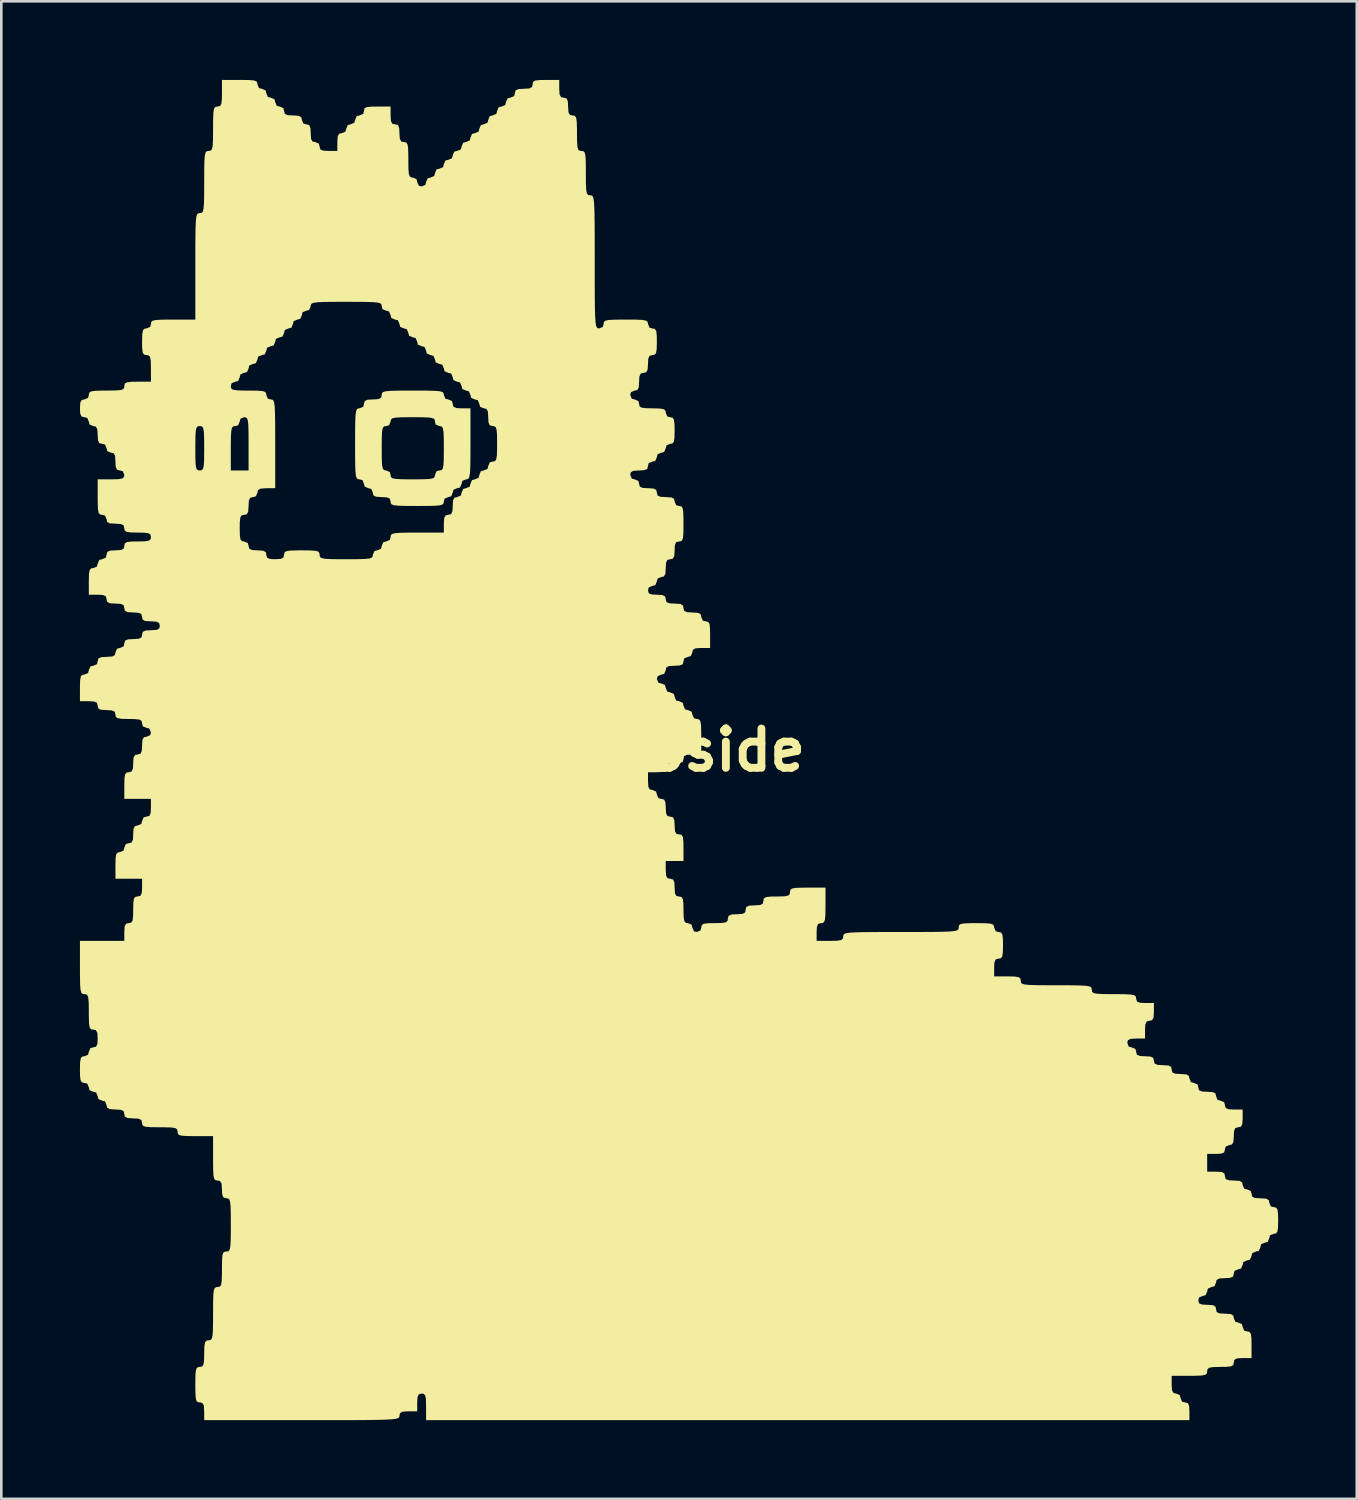
<source format=kicad_pcb>
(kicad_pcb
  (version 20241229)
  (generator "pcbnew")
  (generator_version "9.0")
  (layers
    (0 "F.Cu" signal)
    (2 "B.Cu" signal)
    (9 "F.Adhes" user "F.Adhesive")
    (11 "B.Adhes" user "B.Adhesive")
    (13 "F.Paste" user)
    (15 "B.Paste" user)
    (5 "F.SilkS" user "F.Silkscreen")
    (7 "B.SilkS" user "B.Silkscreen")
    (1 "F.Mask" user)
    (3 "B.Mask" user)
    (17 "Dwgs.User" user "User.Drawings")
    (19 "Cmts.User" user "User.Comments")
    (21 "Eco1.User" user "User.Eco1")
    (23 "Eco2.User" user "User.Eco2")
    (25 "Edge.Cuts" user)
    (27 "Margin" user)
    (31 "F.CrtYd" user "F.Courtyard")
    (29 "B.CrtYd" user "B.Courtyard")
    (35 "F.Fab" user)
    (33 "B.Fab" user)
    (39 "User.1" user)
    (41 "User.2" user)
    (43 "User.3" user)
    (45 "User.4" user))
  (footprint "puroside"
    (layer "F.Cu")
    (at 22.86 25.569)
    (property "Reference" "puroside" (at 0 0 0) (layer "F.SilkS") (effects (font (size 1.5 1.5) (thickness 0.3))))
    (attr board_only exclude_from_pos_files exclude_from_bom)
    (fp_poly (pts (xy -9.691 -13.715) (xy -9.365 -13.708) (xy -9.157 -13.694) (xy -9.04 -13.666) (xy -8.988 -13.623) (xy -8.975 -13.559) (xy -8.975 -13.547) (xy -8.915 -13.405) (xy -8.805 -13.377) (xy -8.664 -13.317) (xy -8.636 -13.208) (xy -8.608 -13.097) (xy -8.493 -13.048) (xy -8.297 -13.039) (xy -7.959 -13.039) (xy -7.959 -11.684) (xy -7.96 -11.177) (xy -7.965 -10.816) (xy -7.977 -10.575) (xy -7.999 -10.43) (xy -8.034 -10.357) (xy -8.086 -10.332) (xy -8.128 -10.329) (xy -8.27 -10.269) (xy -8.297 -10.16) (xy -8.357 -10.018) (xy -8.467 -9.991) (xy -8.608 -9.931) (xy -8.636 -9.821) (xy -8.696 -9.68) (xy -8.805 -9.652) (xy -8.947 -9.592) (xy -8.975 -9.483) (xy -8.985 -9.411) (xy -9.033 -9.363) (xy -9.149 -9.334) (xy -9.359 -9.319) (xy -9.692 -9.314) (xy -9.991 -9.313) (xy -10.42 -9.315) (xy -10.707 -9.323) (xy -10.882 -9.342) (xy -10.971 -9.377) (xy -11.003 -9.433) (xy -11.007 -9.483) (xy -11.035 -9.593) (xy -11.15 -9.642) (xy -11.345 -9.652) (xy -11.567 -9.666) (xy -11.665 -9.724) (xy -11.684 -9.821) (xy -11.744 -9.963) (xy -11.853 -9.991) (xy -11.995 -10.051) (xy -12.023 -10.16) (xy -12.083 -10.302) (xy -12.192 -10.329) (xy -12.255 -10.337) (xy -12.301 -10.377) (xy -12.331 -10.474) (xy -12.349 -10.651) (xy -12.358 -10.933) (xy -12.361 -11.345) (xy -12.361 -11.515) (xy -11.345 -11.515) (xy -11.343 -11.129) (xy -11.332 -10.883) (xy -11.306 -10.744) (xy -11.259 -10.683) (xy -11.185 -10.668) (xy -11.176 -10.668) (xy -11.034 -10.608) (xy -11.007 -10.499) (xy -10.995 -10.422) (xy -10.94 -10.372) (xy -10.81 -10.345) (xy -10.576 -10.332) (xy -10.205 -10.329) (xy -10.16 -10.329) (xy -9.775 -10.332) (xy -9.528 -10.343) (xy -9.389 -10.369) (xy -9.328 -10.416) (xy -9.313 -10.49) (xy -9.313 -10.499) (xy -9.253 -10.64) (xy -9.144 -10.668) (xy -9.067 -10.68) (xy -9.018 -10.735) (xy -8.99 -10.865) (xy -8.978 -11.099) (xy -8.975 -11.469) (xy -8.975 -11.515) (xy -8.977 -11.9) (xy -8.988 -12.147) (xy -9.014 -12.285) (xy -9.061 -12.347) (xy -9.135 -12.361) (xy -9.144 -12.361) (xy -9.286 -12.421) (xy -9.313 -12.531) (xy -9.325 -12.608) (xy -9.38 -12.657) (xy -9.51 -12.685) (xy -9.744 -12.697) (xy -10.115 -12.7) (xy -10.16 -12.7) (xy -10.545 -12.698) (xy -10.792 -12.687) (xy -10.931 -12.661) (xy -10.992 -12.614) (xy -11.007 -12.54) (xy -11.007 -12.531) (xy -11.067 -12.389) (xy -11.176 -12.361) (xy -11.253 -12.35) (xy -11.302 -12.294) (xy -11.33 -12.165) (xy -11.342 -11.93) (xy -11.345 -11.56) (xy -11.345 -11.515) (xy -12.361 -11.515) (xy -12.361 -11.684) (xy -12.36 -12.191) (xy -12.355 -12.552) (xy -12.343 -12.793) (xy -12.321 -12.938) (xy -12.286 -13.011) (xy -12.234 -13.036) (xy -12.192 -13.039) (xy -12.05 -13.099) (xy -12.023 -13.208) (xy -11.994 -13.319) (xy -11.879 -13.368) (xy -11.684 -13.377) (xy -11.462 -13.392) (xy -11.365 -13.449) (xy -11.345 -13.547) (xy -11.337 -13.614) (xy -11.293 -13.66) (xy -11.188 -13.69) (xy -10.996 -13.707) (xy -10.692 -13.714) (xy -10.248 -13.716) (xy -10.16 -13.716)) (stroke (width 0) (type solid)) (fill yes) (layer "F.SilkS"))
    (fp_poly (pts (xy -16.427 -25.566) (xy -16.224 -25.55) (xy -16.123 -25.512) (xy -16.089 -25.445) (xy -16.087 -25.4) (xy -16.027 -25.258) (xy -15.917 -25.231) (xy -15.776 -25.171) (xy -15.748 -25.061) (xy -15.688 -24.92) (xy -15.579 -24.892) (xy -15.437 -24.832) (xy -15.409 -24.723) (xy -15.349 -24.581) (xy -15.24 -24.553) (xy -15.098 -24.493) (xy -15.071 -24.384) (xy -15.042 -24.273) (xy -14.927 -24.224) (xy -14.732 -24.215) (xy -14.51 -24.2) (xy -14.413 -24.143) (xy -14.393 -24.045) (xy -14.333 -23.904) (xy -14.224 -23.876) (xy -14.113 -23.848) (xy -14.064 -23.733) (xy -14.055 -23.537) (xy -14.04 -23.316) (xy -13.983 -23.218) (xy -13.885 -23.199) (xy -13.744 -23.139) (xy -13.716 -23.029) (xy -13.688 -22.919) (xy -13.573 -22.87) (xy -13.377 -22.86) (xy -13.039 -22.86) (xy -13.039 -23.199) (xy -13.024 -23.42) (xy -12.967 -23.518) (xy -12.869 -23.537) (xy -12.728 -23.597) (xy -12.7 -23.707) (xy -12.64 -23.848) (xy -12.531 -23.876) (xy -12.389 -23.936) (xy -12.361 -24.045) (xy -12.301 -24.187) (xy -12.192 -24.215) (xy -12.05 -24.275) (xy -12.023 -24.384) (xy -12.004 -24.479) (xy -11.923 -24.53) (xy -11.74 -24.55) (xy -11.515 -24.553) (xy -11.007 -24.553) (xy -11.007 -24.215) (xy -10.992 -23.993) (xy -10.935 -23.895) (xy -10.837 -23.876) (xy -10.727 -23.848) (xy -10.678 -23.733) (xy -10.668 -23.537) (xy -10.654 -23.316) (xy -10.596 -23.218) (xy -10.499 -23.199) (xy -10.414 -23.185) (xy -10.364 -23.119) (xy -10.338 -22.969) (xy -10.33 -22.7) (xy -10.329 -22.521) (xy -10.326 -22.184) (xy -10.31 -21.982) (xy -10.272 -21.88) (xy -10.205 -21.846) (xy -10.16 -21.844) (xy -10.018 -21.784) (xy -9.991 -21.675) (xy -9.931 -21.533) (xy -9.821 -21.505) (xy -9.68 -21.565) (xy -9.652 -21.675) (xy -9.592 -21.816) (xy -9.483 -21.844) (xy -9.341 -21.904) (xy -9.313 -22.013) (xy -9.253 -22.155) (xy -9.144 -22.183) (xy -9.002 -22.243) (xy -8.975 -22.352) (xy -8.915 -22.494) (xy -8.805 -22.521) (xy -8.664 -22.581) (xy -8.636 -22.691) (xy -8.576 -22.832) (xy -8.467 -22.86) (xy -8.325 -22.92) (xy -8.297 -23.029) (xy -8.237 -23.171) (xy -8.128 -23.199) (xy -7.986 -23.259) (xy -7.959 -23.368) (xy -7.899 -23.51) (xy -7.789 -23.537) (xy -7.648 -23.597) (xy -7.62 -23.707) (xy -7.56 -23.848) (xy -7.451 -23.876) (xy -7.309 -23.936) (xy -7.281 -24.045) (xy -7.221 -24.187) (xy -7.112 -24.215) (xy -6.97 -24.275) (xy -6.943 -24.384) (xy -6.883 -24.526) (xy -6.773 -24.553) (xy -6.632 -24.613) (xy -6.604 -24.723) (xy -6.544 -24.864) (xy -6.435 -24.892) (xy -6.293 -24.952) (xy -6.265 -25.061) (xy -6.237 -25.172) (xy -6.122 -25.221) (xy -5.927 -25.231) (xy -5.705 -25.245) (xy -5.607 -25.302) (xy -5.588 -25.4) (xy -5.569 -25.495) (xy -5.488 -25.546) (xy -5.305 -25.566) (xy -5.08 -25.569) (xy -4.572 -25.569) (xy -4.572 -25.231) (xy -4.558 -25.009) (xy -4.5 -24.911) (xy -4.403 -24.892) (xy -4.292 -24.864) (xy -4.243 -24.749) (xy -4.233 -24.553) (xy -4.219 -24.332) (xy -4.162 -24.234) (xy -4.064 -24.215) (xy -3.98 -24.201) (xy -3.929 -24.135) (xy -3.904 -23.985) (xy -3.895 -23.716) (xy -3.895 -23.537) (xy -3.891 -23.2) (xy -3.875 -22.998) (xy -3.837 -22.896) (xy -3.77 -22.862) (xy -3.725 -22.86) (xy -3.648 -22.848) (xy -3.599 -22.793) (xy -3.571 -22.663) (xy -3.559 -22.429) (xy -3.556 -22.059) (xy -3.556 -22.013) (xy -3.554 -21.628) (xy -3.543 -21.381) (xy -3.517 -21.243) (xy -3.47 -21.181) (xy -3.396 -21.167) (xy -3.387 -21.167) (xy -3.339 -21.162) (xy -3.301 -21.135) (xy -3.271 -21.069) (xy -3.25 -20.945) (xy -3.235 -20.746) (xy -3.226 -20.454) (xy -3.22 -20.051) (xy -3.218 -19.519) (xy -3.217 -18.84) (xy -3.217 -18.627) (xy -3.217 -17.905) (xy -3.215 -17.335) (xy -3.211 -16.898) (xy -3.203 -16.577) (xy -3.189 -16.355) (xy -3.17 -16.212) (xy -3.143 -16.132) (xy -3.107 -16.096) (xy -3.062 -16.087) (xy -3.048 -16.087) (xy -2.906 -16.147) (xy -2.879 -16.256) (xy -2.867 -16.333) (xy -2.812 -16.382) (xy -2.682 -16.41) (xy -2.448 -16.422) (xy -2.077 -16.425) (xy -2.032 -16.425) (xy -1.647 -16.423) (xy -1.4 -16.412) (xy -1.261 -16.386) (xy -1.2 -16.339) (xy -1.185 -16.265) (xy -1.185 -16.256) (xy -1.125 -16.114) (xy -1.016 -16.087) (xy -0.921 -16.068) (xy -0.87 -15.987) (xy -0.85 -15.804) (xy -0.847 -15.579) (xy -0.853 -15.295) (xy -0.88 -15.142) (xy -0.941 -15.08) (xy -1.016 -15.071) (xy -1.127 -15.042) (xy -1.176 -14.927) (xy -1.185 -14.732) (xy -1.2 -14.51) (xy -1.257 -14.413) (xy -1.355 -14.393) (xy -1.465 -14.365) (xy -1.514 -14.25) (xy -1.524 -14.055) (xy -1.538 -13.833) (xy -1.596 -13.735) (xy -1.693 -13.716) (xy -1.835 -13.656) (xy -1.863 -13.547) (xy -1.803 -13.405) (xy -1.693 -13.377) (xy -1.552 -13.317) (xy -1.524 -13.208) (xy -1.505 -13.113) (xy -1.424 -13.062) (xy -1.241 -13.042) (xy -1.016 -13.039) (xy -0.732 -13.032) (xy -0.579 -13.005) (xy -0.517 -12.944) (xy -0.508 -12.869) (xy -0.448 -12.728) (xy -0.339 -12.7) (xy -0.244 -12.681) (xy -0.193 -12.6) (xy -0.172 -12.417) (xy -0.169 -12.192) (xy -0.176 -11.908) (xy -0.203 -11.755) (xy -0.264 -11.693) (xy -0.339 -11.684) (xy -0.48 -11.624) (xy -0.508 -11.515) (xy -0.568 -11.373) (xy -0.677 -11.345) (xy -0.819 -11.285) (xy -0.847 -11.176) (xy -0.907 -11.034) (xy -1.016 -11.007) (xy -1.158 -10.947) (xy -1.185 -10.837) (xy -1.214 -10.727) (xy -1.329 -10.678) (xy -1.524 -10.668) (xy -1.746 -10.654) (xy -1.843 -10.596) (xy -1.863 -10.499) (xy -1.803 -10.357) (xy -1.693 -10.329) (xy -1.552 -10.269) (xy -1.524 -10.16) (xy -1.496 -10.049) (xy -1.381 -10) (xy -1.185 -9.991) (xy -0.964 -9.976) (xy -0.866 -9.919) (xy -0.847 -9.821) (xy -0.818 -9.711) (xy -0.703 -9.662) (xy -0.508 -9.652) (xy -0.286 -9.638) (xy -0.189 -9.58) (xy -0.169 -9.483) (xy -0.109 -9.341) (xy 0 -9.313) (xy 0.084 -9.299) (xy 0.135 -9.234) (xy 0.16 -9.084) (xy 0.169 -8.815) (xy 0.169 -8.636) (xy 0.166 -8.299) (xy 0.15 -8.096) (xy 0.112 -7.995) (xy 0.045 -7.961) (xy 0 -7.959) (xy -0.111 -7.93) (xy -0.16 -7.815) (xy -0.169 -7.62) (xy -0.184 -7.398) (xy -0.241 -7.301) (xy -0.339 -7.281) (xy -0.449 -7.253) (xy -0.498 -7.138) (xy -0.508 -6.943) (xy -0.522 -6.721) (xy -0.58 -6.623) (xy -0.677 -6.604) (xy -0.819 -6.544) (xy -0.847 -6.435) (xy -0.907 -6.293) (xy -1.016 -6.265) (xy -1.158 -6.205) (xy -1.185 -6.096) (xy -1.157 -5.985) (xy -1.042 -5.936) (xy -0.847 -5.927) (xy -0.625 -5.912) (xy -0.527 -5.855) (xy -0.508 -5.757) (xy -0.48 -5.647) (xy -0.365 -5.598) (xy -0.169 -5.588) (xy 0.052 -5.574) (xy 0.15 -5.516) (xy 0.169 -5.419) (xy 0.198 -5.308) (xy 0.313 -5.259) (xy 0.508 -5.249) (xy 0.73 -5.235) (xy 0.827 -5.178) (xy 0.847 -5.08) (xy 0.907 -4.938) (xy 1.016 -4.911) (xy 1.111 -4.892) (xy 1.162 -4.811) (xy 1.182 -4.628) (xy 1.185 -4.403) (xy 1.185 -3.895) (xy 0.847 -3.895) (xy 0.625 -3.88) (xy 0.527 -3.823) (xy 0.508 -3.725) (xy 0.448 -3.584) (xy 0.339 -3.556) (xy 0.197 -3.496) (xy 0.169 -3.387) (xy 0.141 -3.276) (xy 0.026 -3.227) (xy -0.169 -3.217) (xy -0.391 -3.203) (xy -0.489 -3.146) (xy -0.508 -3.048) (xy -0.568 -2.906) (xy -0.677 -2.879) (xy -0.819 -2.819) (xy -0.847 -2.709) (xy -0.787 -2.568) (xy -0.677 -2.54) (xy -0.536 -2.48) (xy -0.508 -2.371) (xy -0.448 -2.229) (xy -0.339 -2.201) (xy -0.197 -2.141) (xy -0.169 -2.032) (xy -0.109 -1.89) (xy 0 -1.863) (xy 0.142 -1.803) (xy 0.169 -1.693) (xy 0.229 -1.552) (xy 0.339 -1.524) (xy 0.48 -1.464) (xy 0.508 -1.355) (xy 0.568 -1.213) (xy 0.677 -1.185) (xy 0.762 -1.171) (xy 0.812 -1.106) (xy 0.838 -0.956) (xy 0.846 -0.687) (xy 0.847 -0.508) (xy 0.847 0.169) (xy 0.508 0.169) (xy 0.286 0.184) (xy 0.189 0.241) (xy 0.169 0.339) (xy 0.141 0.449) (xy 0.026 0.498) (xy -0.169 0.508) (xy -0.391 0.522) (xy -0.489 0.58) (xy -0.508 0.677) (xy -0.536 0.788) (xy -0.651 0.837) (xy -0.847 0.847) (xy -1.185 0.847) (xy -1.185 1.185) (xy -1.171 1.407) (xy -1.114 1.505) (xy -1.016 1.524) (xy -0.874 1.584) (xy -0.847 1.693) (xy -0.787 1.835) (xy -0.677 1.863) (xy -0.567 1.891) (xy -0.518 2.006) (xy -0.508 2.201) (xy -0.494 2.423) (xy -0.436 2.521) (xy -0.339 2.54) (xy -0.228 2.568) (xy -0.179 2.683) (xy -0.169 2.879) (xy -0.155 3.1) (xy -0.098 3.198) (xy 0 3.217) (xy 0.095 3.236) (xy 0.146 3.317) (xy 0.166 3.5) (xy 0.169 3.725) (xy 0.169 4.233) (xy -0.169 4.233) (xy -0.508 4.233) (xy -0.508 4.572) (xy -0.494 4.794) (xy -0.436 4.891) (xy -0.339 4.911) (xy -0.228 4.939) (xy -0.179 5.054) (xy -0.169 5.249) (xy -0.155 5.471) (xy -0.098 5.569) (xy 0 5.588) (xy 0.095 5.607) (xy 0.146 5.688) (xy 0.166 5.871) (xy 0.169 6.096) (xy 0.176 6.38) (xy 0.203 6.533) (xy 0.264 6.595) (xy 0.339 6.604) (xy 0.48 6.664) (xy 0.508 6.773) (xy 0.568 6.915) (xy 0.677 6.943) (xy 0.819 6.883) (xy 0.847 6.773) (xy 0.865 6.679) (xy 0.947 6.628) (xy 1.13 6.607) (xy 1.355 6.604) (xy 1.638 6.598) (xy 1.792 6.571) (xy 1.853 6.51) (xy 1.863 6.435) (xy 1.891 6.324) (xy 2.006 6.275) (xy 2.201 6.265) (xy 2.423 6.251) (xy 2.521 6.194) (xy 2.54 6.096) (xy 2.568 5.985) (xy 2.683 5.936) (xy 2.879 5.927) (xy 3.1 5.912) (xy 3.198 5.855) (xy 3.217 5.757) (xy 3.236 5.663) (xy 3.317 5.612) (xy 3.5 5.591) (xy 3.725 5.588) (xy 4.009 5.582) (xy 4.162 5.555) (xy 4.224 5.494) (xy 4.233 5.419) (xy 4.247 5.334) (xy 4.313 5.284) (xy 4.463 5.258) (xy 4.732 5.25) (xy 4.911 5.249) (xy 5.588 5.249) (xy 5.588 5.927) (xy 5.584 6.264) (xy 5.568 6.466) (xy 5.531 6.568) (xy 5.463 6.602) (xy 5.419 6.604) (xy 5.308 6.632) (xy 5.259 6.747) (xy 5.249 6.943) (xy 5.249 7.281) (xy 5.757 7.281) (xy 6.041 7.275) (xy 6.194 7.248) (xy 6.256 7.187) (xy 6.265 7.112) (xy 6.271 7.061) (xy 6.3 7.021) (xy 6.372 6.991) (xy 6.506 6.97) (xy 6.722 6.956) (xy 7.037 6.948) (xy 7.472 6.944) (xy 8.046 6.943) (xy 8.467 6.943) (xy 9.133 6.942) (xy 9.65 6.94) (xy 10.035 6.934) (xy 10.308 6.924) (xy 10.489 6.908) (xy 10.596 6.883) (xy 10.649 6.85) (xy 10.666 6.806) (xy 10.668 6.773) (xy 10.682 6.689) (xy 10.747 6.638) (xy 10.897 6.613) (xy 11.167 6.605) (xy 11.345 6.604) (xy 11.683 6.608) (xy 11.885 6.624) (xy 11.986 6.661) (xy 12.02 6.729) (xy 12.023 6.773) (xy 12.083 6.915) (xy 12.192 6.943) (xy 12.287 6.961) (xy 12.338 7.043) (xy 12.358 7.226) (xy 12.361 7.451) (xy 12.355 7.734) (xy 12.328 7.888) (xy 12.267 7.949) (xy 12.192 7.959) (xy 12.081 7.987) (xy 12.032 8.102) (xy 12.023 8.297) (xy 12.023 8.636) (xy 12.531 8.636) (xy 12.814 8.642) (xy 12.968 8.669) (xy 13.029 8.73) (xy 13.039 8.805) (xy 13.047 8.869) (xy 13.087 8.914) (xy 13.183 8.944) (xy 13.36 8.962) (xy 13.643 8.971) (xy 14.054 8.974) (xy 14.393 8.975) (xy 14.9 8.976) (xy 15.261 8.981) (xy 15.502 8.993) (xy 15.647 9.015) (xy 15.72 9.05) (xy 15.745 9.102) (xy 15.748 9.144) (xy 15.76 9.221) (xy 15.815 9.27) (xy 15.945 9.298) (xy 16.179 9.31) (xy 16.549 9.313) (xy 16.595 9.313) (xy 16.98 9.316) (xy 17.227 9.327) (xy 17.365 9.353) (xy 17.427 9.4) (xy 17.441 9.474) (xy 17.441 9.483) (xy 17.47 9.593) (xy 17.585 9.642) (xy 17.78 9.652) (xy 18.119 9.652) (xy 18.119 9.991) (xy 18.104 10.212) (xy 18.047 10.31) (xy 17.949 10.329) (xy 17.839 10.358) (xy 17.79 10.473) (xy 17.78 10.668) (xy 17.78 11.007) (xy 17.441 11.007) (xy 17.22 11.021) (xy 17.122 11.078) (xy 17.103 11.176) (xy 17.163 11.318) (xy 17.272 11.345) (xy 17.414 11.405) (xy 17.441 11.515) (xy 17.47 11.625) (xy 17.585 11.674) (xy 17.78 11.684) (xy 18.002 11.698) (xy 18.099 11.756) (xy 18.119 11.853) (xy 18.147 11.964) (xy 18.262 12.013) (xy 18.457 12.023) (xy 18.679 12.037) (xy 18.777 12.094) (xy 18.796 12.192) (xy 18.824 12.303) (xy 18.939 12.352) (xy 19.135 12.361) (xy 19.356 12.376) (xy 19.454 12.433) (xy 19.473 12.531) (xy 19.533 12.672) (xy 19.643 12.7) (xy 19.784 12.76) (xy 19.812 12.869) (xy 19.84 12.98) (xy 19.955 13.029) (xy 20.151 13.039) (xy 20.372 13.053) (xy 20.47 13.11) (xy 20.489 13.208) (xy 20.549 13.35) (xy 20.659 13.377) (xy 20.8 13.437) (xy 20.828 13.547) (xy 20.856 13.657) (xy 20.971 13.706) (xy 21.167 13.716) (xy 21.505 13.716) (xy 21.505 14.055) (xy 21.491 14.276) (xy 21.434 14.374) (xy 21.336 14.393) (xy 21.225 14.422) (xy 21.176 14.537) (xy 21.167 14.732) (xy 21.152 14.954) (xy 21.095 15.051) (xy 20.997 15.071) (xy 20.856 15.131) (xy 20.828 15.24) (xy 20.8 15.351) (xy 20.685 15.4) (xy 20.489 15.409) (xy 20.151 15.409) (xy 20.151 15.748) (xy 20.151 16.087) (xy 20.489 16.087) (xy 20.711 16.101) (xy 20.809 16.158) (xy 20.828 16.256) (xy 20.856 16.367) (xy 20.971 16.416) (xy 21.167 16.425) (xy 21.388 16.44) (xy 21.486 16.497) (xy 21.505 16.595) (xy 21.565 16.736) (xy 21.675 16.764) (xy 21.816 16.824) (xy 21.844 16.933) (xy 21.872 17.044) (xy 21.987 17.093) (xy 22.183 17.103) (xy 22.404 17.117) (xy 22.502 17.174) (xy 22.521 17.272) (xy 22.581 17.414) (xy 22.691 17.441) (xy 22.785 17.46) (xy 22.836 17.541) (xy 22.857 17.724) (xy 22.86 17.949) (xy 22.854 18.233) (xy 22.827 18.386) (xy 22.766 18.448) (xy 22.691 18.457) (xy 22.549 18.517) (xy 22.521 18.627) (xy 22.461 18.768) (xy 22.352 18.796) (xy 22.21 18.856) (xy 22.183 18.965) (xy 22.123 19.107) (xy 22.013 19.135) (xy 21.872 19.195) (xy 21.844 19.304) (xy 21.784 19.446) (xy 21.675 19.473) (xy 21.533 19.533) (xy 21.505 19.643) (xy 21.445 19.784) (xy 21.336 19.812) (xy 21.194 19.872) (xy 21.167 19.981) (xy 21.138 20.092) (xy 21.023 20.141) (xy 20.828 20.151) (xy 20.606 20.165) (xy 20.509 20.222) (xy 20.489 20.32) (xy 20.429 20.462) (xy 20.32 20.489) (xy 20.178 20.549) (xy 20.151 20.659) (xy 20.091 20.8) (xy 19.981 20.828) (xy 19.84 20.888) (xy 19.812 20.997) (xy 19.84 21.108) (xy 19.955 21.157) (xy 20.151 21.167) (xy 20.372 21.181) (xy 20.47 21.238) (xy 20.489 21.336) (xy 20.518 21.447) (xy 20.633 21.496) (xy 20.828 21.505) (xy 21.05 21.52) (xy 21.147 21.577) (xy 21.167 21.675) (xy 21.227 21.816) (xy 21.336 21.844) (xy 21.478 21.904) (xy 21.505 22.013) (xy 21.565 22.155) (xy 21.675 22.183) (xy 21.769 22.201) (xy 21.82 22.283) (xy 21.841 22.466) (xy 21.844 22.691) (xy 21.844 23.199) (xy 21.505 23.199) (xy 21.284 23.213) (xy 21.186 23.27) (xy 21.167 23.368) (xy 21.148 23.463) (xy 21.067 23.514) (xy 20.884 23.534) (xy 20.659 23.537) (xy 20.375 23.544) (xy 20.222 23.571) (xy 20.16 23.632) (xy 20.151 23.707) (xy 20.137 23.791) (xy 20.071 23.842) (xy 19.921 23.867) (xy 19.652 23.875) (xy 19.473 23.876) (xy 18.796 23.876) (xy 18.796 24.215) (xy 18.81 24.436) (xy 18.868 24.534) (xy 18.965 24.553) (xy 19.107 24.613) (xy 19.135 24.723) (xy 19.195 24.864) (xy 19.304 24.892) (xy 19.415 24.92) (xy 19.464 25.035) (xy 19.473 25.231) (xy 19.473 25.569) (xy 4.911 25.569) (xy -9.652 25.569) (xy -9.652 25.061) (xy -9.658 24.778) (xy -9.685 24.624) (xy -9.746 24.563) (xy -9.821 24.553) (xy -9.932 24.582) (xy -9.981 24.697) (xy -9.991 24.892) (xy -9.991 25.231) (xy -10.329 25.231) (xy -10.551 25.245) (xy -10.649 25.302) (xy -10.668 25.4) (xy -10.672 25.44) (xy -10.693 25.474) (xy -10.746 25.501) (xy -10.846 25.522) (xy -11.008 25.539) (xy -11.246 25.551) (xy -11.575 25.559) (xy -12.01 25.565) (xy -12.565 25.568) (xy -13.256 25.569) (xy -14.096 25.569) (xy -14.393 25.569) (xy -18.119 25.569) (xy -18.119 25.231) (xy -18.133 25.009) (xy -18.19 24.911) (xy -18.288 24.892) (xy -18.372 24.878) (xy -18.423 24.813) (xy -18.448 24.663) (xy -18.457 24.393) (xy -18.457 24.215) (xy -18.454 23.877) (xy -18.438 23.675) (xy -18.4 23.574) (xy -18.333 23.54) (xy -18.288 23.537) (xy -18.193 23.519) (xy -18.142 23.437) (xy -18.122 23.254) (xy -18.119 23.029) (xy -18.112 22.746) (xy -18.085 22.592) (xy -18.024 22.531) (xy -17.949 22.521) (xy -17.878 22.511) (xy -17.83 22.463) (xy -17.801 22.347) (xy -17.786 22.137) (xy -17.781 21.804) (xy -17.78 21.505) (xy -17.778 21.076) (xy -17.77 20.789) (xy -17.751 20.614) (xy -17.716 20.525) (xy -17.661 20.493) (xy -17.611 20.489) (xy -17.526 20.475) (xy -17.476 20.41) (xy -17.45 20.26) (xy -17.442 19.991) (xy -17.441 19.812) (xy -17.438 19.475) (xy -17.422 19.272) (xy -17.384 19.171) (xy -17.317 19.137) (xy -17.272 19.135) (xy -17.201 19.125) (xy -17.153 19.076) (xy -17.124 18.961) (xy -17.109 18.751) (xy -17.103 18.418) (xy -17.103 18.119) (xy -17.104 17.69) (xy -17.112 17.402) (xy -17.132 17.228) (xy -17.167 17.138) (xy -17.222 17.106) (xy -17.272 17.103) (xy -17.383 17.074) (xy -17.432 16.959) (xy -17.441 16.764) (xy -17.456 16.542) (xy -17.513 16.445) (xy -17.611 16.425) (xy -17.688 16.414) (xy -17.737 16.358) (xy -17.765 16.229) (xy -17.777 15.994) (xy -17.78 15.624) (xy -17.78 15.579) (xy -17.78 14.732) (xy -18.457 14.732) (xy -18.795 14.728) (xy -18.997 14.712) (xy -19.098 14.675) (xy -19.132 14.607) (xy -19.135 14.563) (xy -19.149 14.478) (xy -19.214 14.428) (xy -19.364 14.402) (xy -19.633 14.394) (xy -19.812 14.393) (xy -20.149 14.39) (xy -20.352 14.374) (xy -20.453 14.336) (xy -20.487 14.269) (xy -20.489 14.224) (xy -20.518 14.113) (xy -20.633 14.064) (xy -20.828 14.055) (xy -21.05 14.04) (xy -21.147 13.983) (xy -21.167 13.885) (xy -21.195 13.775) (xy -21.31 13.726) (xy -21.505 13.716) (xy -21.727 13.702) (xy -21.825 13.644) (xy -21.844 13.547) (xy -21.904 13.405) (xy -22.013 13.377) (xy -22.155 13.317) (xy -22.183 13.208) (xy -22.243 13.066) (xy -22.352 13.039) (xy -22.494 12.979) (xy -22.521 12.869) (xy -22.581 12.728) (xy -22.691 12.7) (xy -22.785 12.681) (xy -22.836 12.6) (xy -22.857 12.417) (xy -22.86 12.192) (xy -22.854 11.908) (xy -22.827 11.755) (xy -22.766 11.693) (xy -22.691 11.684) (xy -22.549 11.624) (xy -22.521 11.515) (xy -22.461 11.373) (xy -22.352 11.345) (xy -22.241 11.317) (xy -22.192 11.202) (xy -22.183 11.007) (xy -22.197 10.785) (xy -22.254 10.687) (xy -22.352 10.668) (xy -22.436 10.654) (xy -22.487 10.589) (xy -22.512 10.439) (xy -22.521 10.169) (xy -22.521 9.991) (xy -22.525 9.653) (xy -22.541 9.451) (xy -22.579 9.35) (xy -22.646 9.316) (xy -22.691 9.313) (xy -22.762 9.303) (xy -22.81 9.255) (xy -22.839 9.139) (xy -22.854 8.929) (xy -22.859 8.596) (xy -22.86 8.297) (xy -22.86 7.281) (xy -22.013 7.281) (xy -21.167 7.281) (xy -21.167 6.943) (xy -21.152 6.721) (xy -21.095 6.623) (xy -20.997 6.604) (xy -20.903 6.585) (xy -20.852 6.504) (xy -20.831 6.321) (xy -20.828 6.096) (xy -20.822 5.812) (xy -20.795 5.659) (xy -20.734 5.597) (xy -20.659 5.588) (xy -20.548 5.56) (xy -20.499 5.445) (xy -20.489 5.249) (xy -20.489 4.911) (xy -20.997 4.911) (xy -21.505 4.911) (xy -21.505 4.403) (xy -21.499 4.119) (xy -21.472 3.966) (xy -21.411 3.904) (xy -21.336 3.895) (xy -21.194 3.835) (xy -21.167 3.725) (xy -21.107 3.584) (xy -20.997 3.556) (xy -20.887 3.528) (xy -20.838 3.413) (xy -20.828 3.217) (xy -20.814 2.996) (xy -20.756 2.898) (xy -20.659 2.879) (xy -20.517 2.819) (xy -20.489 2.709) (xy -20.429 2.568) (xy -20.32 2.54) (xy -20.209 2.512) (xy -20.16 2.397) (xy -20.151 2.201) (xy -20.151 1.863) (xy -20.659 1.863) (xy -21.167 1.863) (xy -21.167 1.355) (xy -21.16 1.071) (xy -21.133 0.918) (xy -21.072 0.856) (xy -20.997 0.847) (xy -20.887 0.818) (xy -20.838 0.703) (xy -20.828 0.508) (xy -20.814 0.286) (xy -20.756 0.189) (xy -20.659 0.169) (xy -20.548 0.141) (xy -20.499 0.026) (xy -20.489 -0.169) (xy -20.475 -0.391) (xy -20.418 -0.489) (xy -20.32 -0.508) (xy -20.178 -0.568) (xy -20.151 -0.677) (xy -20.211 -0.819) (xy -20.32 -0.847) (xy -20.462 -0.907) (xy -20.489 -1.016) (xy -20.508 -1.111) (xy -20.589 -1.162) (xy -20.772 -1.182) (xy -20.997 -1.185) (xy -21.281 -1.192) (xy -21.434 -1.219) (xy -21.496 -1.28) (xy -21.505 -1.355) (xy -21.534 -1.465) (xy -21.649 -1.514) (xy -21.844 -1.524) (xy -22.066 -1.538) (xy -22.163 -1.596) (xy -22.183 -1.693) (xy -22.211 -1.804) (xy -22.326 -1.853) (xy -22.521 -1.863) (xy -22.86 -1.863) (xy -22.86 -2.371) (xy -22.854 -2.654) (xy -22.827 -2.808) (xy -22.766 -2.869) (xy -22.691 -2.879) (xy -22.549 -2.939) (xy -22.521 -3.048) (xy -22.461 -3.19) (xy -22.352 -3.217) (xy -22.21 -3.277) (xy -22.183 -3.387) (xy -22.154 -3.497) (xy -22.039 -3.546) (xy -21.844 -3.556) (xy -21.622 -3.57) (xy -21.525 -3.628) (xy -21.505 -3.725) (xy -21.445 -3.867) (xy -21.336 -3.895) (xy -21.194 -3.955) (xy -21.167 -4.064) (xy -21.138 -4.175) (xy -21.023 -4.224) (xy -20.828 -4.233) (xy -20.606 -4.248) (xy -20.509 -4.305) (xy -20.489 -4.403) (xy -20.461 -4.513) (xy -20.346 -4.562) (xy -20.151 -4.572) (xy -19.929 -4.586) (xy -19.831 -4.644) (xy -19.812 -4.741) (xy -19.84 -4.852) (xy -19.955 -4.901) (xy -20.151 -4.911) (xy -20.372 -4.925) (xy -20.47 -4.982) (xy -20.489 -5.08) (xy -20.518 -5.191) (xy -20.633 -5.24) (xy -20.828 -5.249) (xy -21.05 -5.264) (xy -21.147 -5.321) (xy -21.167 -5.419) (xy -21.195 -5.529) (xy -21.31 -5.578) (xy -21.505 -5.588) (xy -21.727 -5.602) (xy -21.825 -5.66) (xy -21.844 -5.757) (xy -21.872 -5.868) (xy -21.987 -5.917) (xy -22.183 -5.927) (xy -22.521 -5.927) (xy -22.521 -6.435) (xy -22.515 -6.718) (xy -22.488 -6.872) (xy -22.427 -6.933) (xy -22.352 -6.943) (xy -22.21 -7.003) (xy -22.183 -7.112) (xy -22.123 -7.254) (xy -22.013 -7.281) (xy -21.872 -7.341) (xy -21.844 -7.451) (xy -21.816 -7.561) (xy -21.701 -7.61) (xy -21.505 -7.62) (xy -21.284 -7.634) (xy -21.186 -7.692) (xy -21.167 -7.789) (xy -21.148 -7.884) (xy -21.067 -7.935) (xy -20.884 -7.956) (xy -20.659 -7.959) (xy -20.375 -7.965) (xy -20.222 -7.992) (xy -20.16 -8.053) (xy -20.151 -8.128) (xy -20.169 -8.223) (xy -20.251 -8.274) (xy -20.434 -8.294) (xy -20.659 -8.297) (xy -20.942 -8.304) (xy -21.096 -8.331) (xy -21.157 -8.392) (xy -21.167 -8.467) (xy -21.195 -8.577) (xy -21.31 -8.626) (xy -21.505 -8.636) (xy -21.727 -8.65) (xy -21.825 -8.708) (xy -21.844 -8.805) (xy -21.904 -8.947) (xy -22.013 -8.975) (xy -22.098 -8.989) (xy -22.148 -9.054) (xy -22.174 -9.204) (xy -22.182 -9.473) (xy -22.183 -9.652) (xy -22.183 -10.329) (xy -21.675 -10.329) (xy -21.391 -10.336) (xy -21.238 -10.363) (xy -21.176 -10.424) (xy -21.167 -10.499) (xy -21.227 -10.64) (xy -21.336 -10.668) (xy -21.447 -10.696) (xy -21.496 -10.811) (xy -21.505 -11.007) (xy -21.52 -11.228) (xy -21.577 -11.326) (xy -21.675 -11.345) (xy -21.816 -11.405) (xy -21.844 -11.515) (xy -18.457 -11.515) (xy -18.455 -11.129) (xy -18.444 -10.883) (xy -18.418 -10.744) (xy -18.371 -10.683) (xy -18.297 -10.668) (xy -18.288 -10.668) (xy -17.103 -10.668) (xy -16.764 -10.668) (xy -16.425 -10.668) (xy -16.425 -11.684) (xy -16.427 -12.113) (xy -16.435 -12.401) (xy -16.454 -12.575) (xy -16.489 -12.664) (xy -16.545 -12.696) (xy -16.595 -12.7) (xy -16.736 -12.64) (xy -16.764 -12.531) (xy -16.824 -12.389) (xy -16.933 -12.361) (xy -17.01 -12.35) (xy -17.06 -12.294) (xy -17.087 -12.165) (xy -17.1 -11.93) (xy -17.103 -11.56) (xy -17.103 -11.515) (xy -17.103 -10.668) (xy -18.288 -10.668) (xy -18.211 -10.68) (xy -18.162 -10.735) (xy -18.134 -10.865) (xy -18.122 -11.099) (xy -18.119 -11.469) (xy -18.119 -11.515) (xy -18.121 -11.9) (xy -18.132 -12.147) (xy -18.158 -12.285) (xy -18.205 -12.347) (xy -18.279 -12.361) (xy -18.288 -12.361) (xy -18.365 -12.35) (xy -18.414 -12.294) (xy -18.442 -12.165) (xy -18.454 -11.93) (xy -18.457 -11.56) (xy -18.457 -11.515) (xy -21.844 -11.515) (xy -21.904 -11.656) (xy -22.013 -11.684) (xy -22.124 -11.712) (xy -22.173 -11.827) (xy -22.183 -12.023) (xy -22.197 -12.244) (xy -22.254 -12.342) (xy -22.352 -12.361) (xy -22.494 -12.421) (xy -22.521 -12.531) (xy -22.581 -12.672) (xy -22.691 -12.7) (xy -22.801 -12.728) (xy -22.85 -12.843) (xy -22.86 -13.039) (xy -22.846 -13.26) (xy -22.788 -13.358) (xy -22.691 -13.377) (xy -22.549 -13.437) (xy -22.521 -13.547) (xy -22.507 -13.631) (xy -22.442 -13.682) (xy -22.292 -13.707) (xy -22.023 -13.715) (xy -21.844 -13.716) (xy -21.507 -13.72) (xy -21.304 -13.736) (xy -21.203 -13.773) (xy -21.169 -13.841) (xy -21.167 -13.885) (xy -17.103 -13.885) (xy -17.089 -13.801) (xy -17.023 -13.75) (xy -16.873 -13.725) (xy -16.604 -13.717) (xy -16.425 -13.716) (xy -16.088 -13.712) (xy -15.886 -13.696) (xy -15.784 -13.659) (xy -15.75 -13.591) (xy -15.748 -13.547) (xy -15.688 -13.405) (xy -15.579 -13.377) (xy -15.521 -13.371) (xy -15.478 -13.336) (xy -15.448 -13.252) (xy -15.428 -13.096) (xy -15.417 -12.847) (xy -15.411 -12.483) (xy -15.409 -11.982) (xy -15.409 -11.684) (xy -15.409 -9.991) (xy -15.748 -9.991) (xy -15.97 -9.976) (xy -16.067 -9.919) (xy -16.087 -9.821) (xy -16.147 -9.68) (xy -16.256 -9.652) (xy -16.367 -9.624) (xy -16.416 -9.509) (xy -16.425 -9.313) (xy -16.44 -9.092) (xy -16.497 -8.994) (xy -16.595 -8.975) (xy -16.689 -8.956) (xy -16.74 -8.875) (xy -16.761 -8.692) (xy -16.764 -8.467) (xy -16.758 -8.183) (xy -16.731 -8.03) (xy -16.67 -7.968) (xy -16.595 -7.959) (xy -16.453 -7.899) (xy -16.425 -7.789) (xy -16.397 -7.679) (xy -16.282 -7.63) (xy -16.087 -7.62) (xy -15.865 -7.606) (xy -15.767 -7.548) (xy -15.748 -7.451) (xy -15.72 -7.34) (xy -15.605 -7.291) (xy -15.409 -7.281) (xy -15.188 -7.296) (xy -15.09 -7.353) (xy -15.071 -7.451) (xy -15.057 -7.535) (xy -14.991 -7.586) (xy -14.841 -7.611) (xy -14.572 -7.619) (xy -14.393 -7.62) (xy -14.056 -7.616) (xy -13.854 -7.6) (xy -13.752 -7.563) (xy -13.718 -7.495) (xy -13.716 -7.451) (xy -13.706 -7.379) (xy -13.657 -7.331) (xy -13.542 -7.302) (xy -13.332 -7.287) (xy -12.999 -7.282) (xy -12.7 -7.281) (xy -12.271 -7.283) (xy -11.983 -7.291) (xy -11.809 -7.31) (xy -11.72 -7.345) (xy -11.688 -7.401) (xy -11.684 -7.451) (xy -11.624 -7.592) (xy -11.515 -7.62) (xy -11.373 -7.68) (xy -11.345 -7.789) (xy -11.285 -7.931) (xy -11.176 -7.959) (xy -11.034 -8.019) (xy -11.007 -8.128) (xy -10.997 -8.199) (xy -10.948 -8.247) (xy -10.833 -8.276) (xy -10.623 -8.291) (xy -10.29 -8.297) (xy -9.991 -8.297) (xy -8.975 -8.297) (xy -8.975 -8.636) (xy -8.96 -8.858) (xy -8.903 -8.955) (xy -8.805 -8.975) (xy -8.695 -9.003) (xy -8.646 -9.118) (xy -8.636 -9.313) (xy -8.622 -9.535) (xy -8.564 -9.633) (xy -8.467 -9.652) (xy -8.325 -9.712) (xy -8.297 -9.821) (xy -8.237 -9.963) (xy -8.128 -9.991) (xy -7.986 -10.051) (xy -7.959 -10.16) (xy -7.899 -10.302) (xy -7.789 -10.329) (xy -7.648 -10.389) (xy -7.62 -10.499) (xy -7.56 -10.64) (xy -7.451 -10.668) (xy -7.309 -10.728) (xy -7.281 -10.837) (xy -7.221 -10.979) (xy -7.112 -11.007) (xy -7.028 -11.021) (xy -6.977 -11.086) (xy -6.952 -11.236) (xy -6.943 -11.505) (xy -6.943 -11.684) (xy -6.946 -12.021) (xy -6.962 -12.224) (xy -7 -12.325) (xy -7.067 -12.359) (xy -7.112 -12.361) (xy -7.223 -12.39) (xy -7.272 -12.505) (xy -7.281 -12.7) (xy -7.296 -12.922) (xy -7.353 -13.019) (xy -7.451 -13.039) (xy -7.592 -13.099) (xy -7.62 -13.208) (xy -7.68 -13.35) (xy -7.789 -13.377) (xy -7.931 -13.437) (xy -7.959 -13.547) (xy -8.019 -13.688) (xy -8.128 -13.716) (xy -8.27 -13.776) (xy -8.297 -13.885) (xy -8.357 -14.027) (xy -8.467 -14.055) (xy -8.608 -14.115) (xy -8.636 -14.224) (xy -8.696 -14.366) (xy -8.805 -14.393) (xy -8.947 -14.453) (xy -8.975 -14.563) (xy -9.035 -14.704) (xy -9.144 -14.732) (xy -9.286 -14.792) (xy -9.313 -14.901) (xy -9.373 -15.043) (xy -9.483 -15.071) (xy -9.624 -15.131) (xy -9.652 -15.24) (xy -9.712 -15.382) (xy -9.821 -15.409) (xy -9.963 -15.469) (xy -9.991 -15.579) (xy -10.051 -15.72) (xy -10.16 -15.748) (xy -10.302 -15.808) (xy -10.329 -15.917) (xy -10.389 -16.059) (xy -10.499 -16.087) (xy -10.64 -16.147) (xy -10.668 -16.256) (xy -10.728 -16.398) (xy -10.837 -16.425) (xy -10.979 -16.485) (xy -11.007 -16.595) (xy -11.067 -16.736) (xy -11.176 -16.764) (xy -11.318 -16.824) (xy -11.345 -16.933) (xy -11.353 -16.997) (xy -11.393 -17.042) (xy -11.49 -17.072) (xy -11.667 -17.09) (xy -11.949 -17.099) (xy -12.361 -17.102) (xy -12.7 -17.103) (xy -13.207 -17.102) (xy -13.568 -17.097) (xy -13.809 -17.085) (xy -13.954 -17.062) (xy -14.027 -17.027) (xy -14.052 -16.976) (xy -14.055 -16.933) (xy -14.115 -16.792) (xy -14.224 -16.764) (xy -14.366 -16.704) (xy -14.393 -16.595) (xy -14.453 -16.453) (xy -14.563 -16.425) (xy -14.704 -16.365) (xy -14.732 -16.256) (xy -14.792 -16.114) (xy -14.901 -16.087) (xy -15.043 -16.027) (xy -15.071 -15.917) (xy -15.131 -15.776) (xy -15.24 -15.748) (xy -15.382 -15.688) (xy -15.409 -15.579) (xy -15.469 -15.437) (xy -15.579 -15.409) (xy -15.72 -15.349) (xy -15.748 -15.24) (xy -15.808 -15.098) (xy -15.917 -15.071) (xy -16.059 -15.011) (xy -16.087 -14.901) (xy -16.147 -14.76) (xy -16.256 -14.732) (xy -16.398 -14.672) (xy -16.425 -14.563) (xy -16.485 -14.421) (xy -16.595 -14.393) (xy -16.736 -14.333) (xy -16.764 -14.224) (xy -16.824 -14.082) (xy -16.933 -14.055) (xy -17.075 -13.995) (xy -17.103 -13.885) (xy -21.167 -13.885) (xy -21.148 -13.98) (xy -21.067 -14.031) (xy -20.884 -14.052) (xy -20.659 -14.055) (xy -20.151 -14.055) (xy -20.151 -14.563) (xy -20.157 -14.846) (xy -20.184 -15) (xy -20.245 -15.061) (xy -20.32 -15.071) (xy -20.415 -15.089) (xy -20.466 -15.171) (xy -20.486 -15.354) (xy -20.489 -15.579) (xy -20.483 -15.862) (xy -20.456 -16.016) (xy -20.395 -16.077) (xy -20.32 -16.087) (xy -20.178 -16.147) (xy -20.151 -16.256) (xy -20.139 -16.333) (xy -20.084 -16.382) (xy -19.954 -16.41) (xy -19.72 -16.422) (xy -19.349 -16.425) (xy -19.304 -16.425) (xy -18.457 -16.425) (xy -18.457 -18.457) (xy -18.457 -19.095) (xy -18.454 -19.583) (xy -18.448 -19.941) (xy -18.436 -20.19) (xy -18.418 -20.349) (xy -18.39 -20.439) (xy -18.352 -20.479) (xy -18.302 -20.489) (xy -18.288 -20.489) (xy -18.221 -20.498) (xy -18.174 -20.542) (xy -18.145 -20.647) (xy -18.128 -20.838) (xy -18.121 -21.143) (xy -18.119 -21.587) (xy -18.119 -21.675) (xy -18.117 -22.144) (xy -18.111 -22.469) (xy -18.096 -22.678) (xy -18.069 -22.795) (xy -18.025 -22.847) (xy -17.962 -22.86) (xy -17.949 -22.86) (xy -17.872 -22.872) (xy -17.823 -22.927) (xy -17.795 -23.057) (xy -17.783 -23.291) (xy -17.78 -23.661) (xy -17.78 -23.707) (xy -17.778 -24.092) (xy -17.767 -24.339) (xy -17.741 -24.477) (xy -17.694 -24.539) (xy -17.62 -24.553) (xy -17.611 -24.553) (xy -17.516 -24.572) (xy -17.465 -24.653) (xy -17.444 -24.836) (xy -17.441 -25.061) (xy -17.441 -25.569) (xy -16.764 -25.569)) (stroke (width 0) (type solid)) (fill yes) (layer "F.SilkS")))
  (gr_rect
    (start -3 -3)
    (end 48.72 54.139)
    (stroke (width 0.1) (type default))
    (fill no)
    (layer "Edge.Cuts")))
</source>
